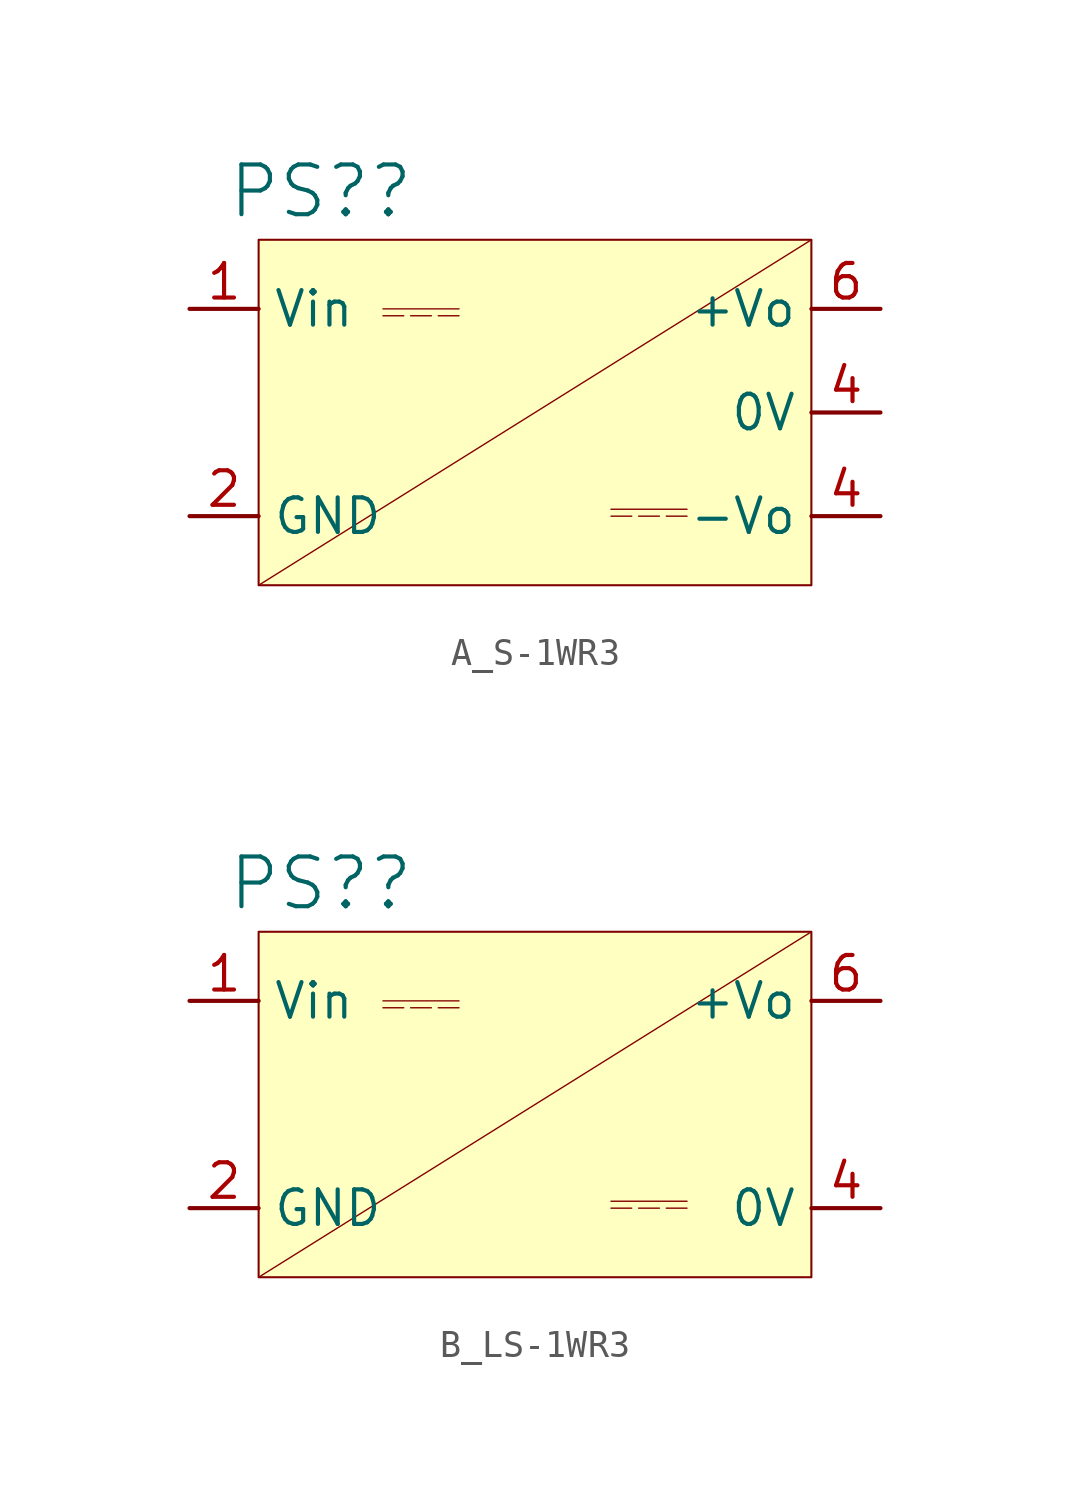
<source format=kicad_sym>
(kicad_symbol_lib
  (version 20241209)
  (generator "kicad_symbol_editor")
  (generator_version "9.0")
  (symbol "A_S-1WR3"
    (property "Reference" "PS?"
      (at -7.874 8.128 0)
      (effects (font (size 1.829 1.829))))
    (symbol "A_S-1WR3_1_0"
      (rectangle (start -10.16 6.35) (end 10.16 -6.35) (stroke (width 0.076) (type solid) (color 128 0 0 1)) (fill (type background)))
      (polyline (pts (xy -5.588 3.81) (xy -2.794 3.81)) (stroke (width 0.051) (type solid)) (fill (type none)))
      (polyline (pts (xy -5.588 3.556) (xy -4.826 3.556)) (stroke (width 0.051) (type solid)) (fill (type none)))
      (polyline (pts (xy -4.572 3.556) (xy -3.81 3.556)) (stroke (width 0.051) (type solid)) (fill (type none)))
      (polyline (pts (xy -3.556 3.556) (xy -2.794 3.556)) (stroke (width 0.051) (type solid)) (fill (type none)))
      (polyline (pts (xy 2.794 -3.556) (xy 5.588 -3.556)) (stroke (width 0.051) (type solid)) (fill (type none)))
      (polyline (pts (xy 2.794 -3.81) (xy 3.556 -3.81)) (stroke (width 0.051) (type solid)) (fill (type none)))
      (polyline (pts (xy 3.81 -3.81) (xy 4.572 -3.81)) (stroke (width 0.051) (type solid)) (fill (type none)))
      (polyline (pts (xy 4.826 -3.81) (xy 5.588 -3.81)) (stroke (width 0.051) (type solid)) (fill (type none)))
      (polyline (pts (xy 10.16 6.35) (xy -10.16 -6.35)) (stroke (width 0.051) (type solid)) (fill (type none)))
      (pin power_in line (at -12.7 3.81 0) (length 2.54) (name "Vin" (effects (font (size 1.27 1.27)))) (number "1" (effects (font (size 1.27 1.27)))))
      (pin power_out line (at -12.7 -3.81 0) (length 2.54) (name "GND" (effects (font (size 1.27 1.27)))) (number "2" (effects (font (size 1.27 1.27)))))
      (pin power_out line (at 12.7 3.81 180) (length 2.54) (name "+Vo" (effects (font (size 1.27 1.27)))) (number "6" (effects (font (size 1.27 1.27)))))
      (pin power_in line (at 12.7 0 180) (length 2.54) (name "0V" (effects (font (size 1.27 1.27)))) (number "4" (effects (font (size 1.27 1.27)))))
      (pin power_out line (at 12.7 -3.81 180) (length 2.54) (name "-Vo" (effects (font (size 1.27 1.27)))) (number "4" (effects (font (size 1.27 1.27)))))))
  (symbol "B_LS-1WR3"
    (property "Reference" "PS?"
      (at -7.874 8.128 0)
      (effects (font (size 1.829 1.829))))
    (symbol "B_LS-1WR3_1_0"
      (rectangle (start -10.16 6.35) (end 10.16 -6.35) (stroke (width 0.076) (type solid) (color 128 0 0 1)) (fill (type background)))
      (polyline (pts (xy -5.588 3.81) (xy -2.794 3.81)) (stroke (width 0.051) (type solid)) (fill (type none)))
      (polyline (pts (xy -5.588 3.556) (xy -4.826 3.556)) (stroke (width 0.051) (type solid)) (fill (type none)))
      (polyline (pts (xy -4.572 3.556) (xy -3.81 3.556)) (stroke (width 0.051) (type solid)) (fill (type none)))
      (polyline (pts (xy -3.556 3.556) (xy -2.794 3.556)) (stroke (width 0.051) (type solid)) (fill (type none)))
      (polyline (pts (xy 2.794 -3.556) (xy 5.588 -3.556)) (stroke (width 0.051) (type solid)) (fill (type none)))
      (polyline (pts (xy 2.794 -3.81) (xy 3.556 -3.81)) (stroke (width 0.051) (type solid)) (fill (type none)))
      (polyline (pts (xy 3.81 -3.81) (xy 4.572 -3.81)) (stroke (width 0.051) (type solid)) (fill (type none)))
      (polyline (pts (xy 4.826 -3.81) (xy 5.588 -3.81)) (stroke (width 0.051) (type solid)) (fill (type none)))
      (polyline (pts (xy 10.16 6.35) (xy -10.16 -6.35)) (stroke (width 0.051) (type solid)) (fill (type none)))
      (pin power_in line (at -12.7 3.81 0) (length 2.54) (name "Vin" (effects (font (size 1.27 1.27)))) (number "1" (effects (font (size 1.27 1.27)))))
      (pin power_out line (at -12.7 -3.81 0) (length 2.54) (name "GND" (effects (font (size 1.27 1.27)))) (number "2" (effects (font (size 1.27 1.27)))))
      (pin power_out line (at 12.7 3.81 180) (length 2.54) (name "+Vo" (effects (font (size 1.27 1.27)))) (number "6" (effects (font (size 1.27 1.27)))))
      (pin power_in line (at 12.7 -3.81 180) (length 2.54) (name "0V" (effects (font (size 1.27 1.27)))) (number "4" (effects (font (size 1.27 1.27))))))))
</source>
